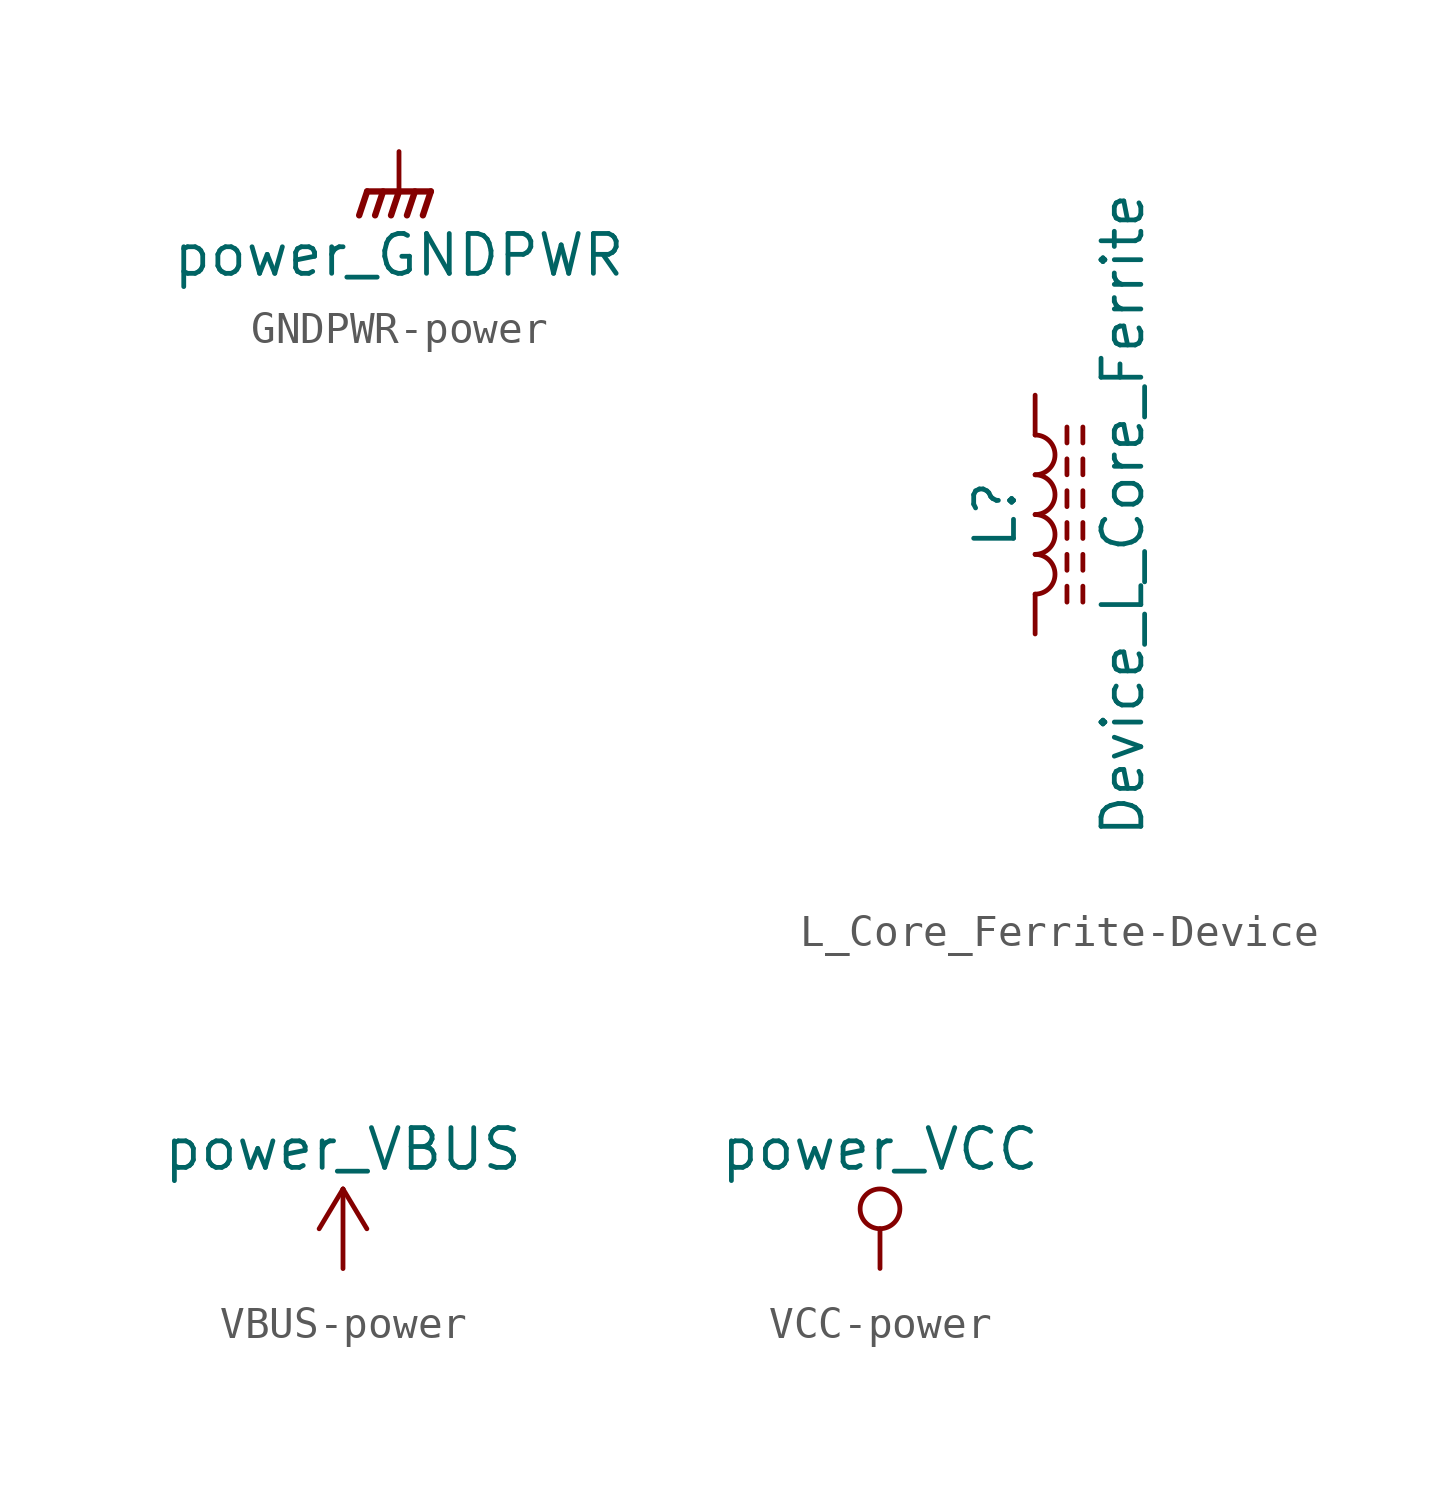
<source format=kicad_sym>
(kicad_symbol_lib
  (version 20240529)
  (generator "kicad_symbol_editor")
  (generator_version "8.99")
  (symbol "GNDPWR-power"
    (power)
    (pin_names
      (offset 0))
    (property "Reference" "#PWR"
      (at 0 -5.08 0)
      (effects (font (size 1.27 1.27)) (hide yes)))
    (property "Value" "power_GNDPWR"
      (at 0 -3.302 0)
      (effects (font (size 1.27 1.27))))
    (symbol "GNDPWR-power_0_1"
      (polyline (pts (xy -1.016 -1.27) (xy -1.27 -2.032) (xy -1.27 -2.032)) (stroke (width 0.203) (type solid)) (fill (type none)))
      (polyline (pts (xy -0.508 -1.27) (xy -0.762 -2.032) (xy -0.762 -2.032)) (stroke (width 0.203) (type solid)) (fill (type none)))
      (polyline (pts (xy 0 -1.27) (xy 0 0)) (stroke (width 0) (type solid)) (fill (type none)))
      (polyline (pts (xy 0 -1.27) (xy -0.254 -2.032) (xy -0.254 -2.032)) (stroke (width 0.203) (type solid)) (fill (type none)))
      (polyline (pts (xy 0.508 -1.27) (xy 0.254 -2.032) (xy 0.254 -2.032)) (stroke (width 0.203) (type solid)) (fill (type none)))
      (polyline (pts (xy 1.016 -1.27) (xy 0.762 -2.032) (xy 0.762 -2.032) (xy 0.762 -2.032)) (stroke (width 0.203) (type solid)) (fill (type none)))
      (polyline (pts (xy 1.016 -1.27) (xy -1.016 -1.27) (xy -1.016 -1.27)) (stroke (width 0.203) (type solid)) (fill (type none))))
    (symbol "GNDPWR-power_1_1"
      (pin power_in line (at 0 0 270) (length 0) hide (name "GNDPWR" (effects (font (size 1.27 1.27)))) (number "1" (effects (font (size 1.27 1.27)))))))
  (symbol "L_Core_Ferrite-Device"
    (pin_numbers hide)
    (pin_names
      (offset 1.016) hide)
    (property "Reference" "L"
      (at -1.27 0 90)
      (effects (font (size 1.27 1.27))))
    (property "Value" "Device_L_Core_Ferrite"
      (at 2.794 0 90)
      (effects (font (size 1.27 1.27))))
    (symbol "L_Core_Ferrite-Device_0_1"
      (arc (start 0 2.54) (mid 0.635 1.905) (end 0 1.27) (stroke (width 0) (type solid)) (fill (type none)))
      (arc (start 0 1.27) (mid 0.635 0.635) (end 0 0) (stroke (width 0) (type solid)) (fill (type none)))
      (arc (start 0 0) (mid 0.635 -0.635) (end 0 -1.27) (stroke (width 0) (type solid)) (fill (type none)))
      (arc (start 0 -1.27) (mid 0.635 -1.905) (end 0 -2.54) (stroke (width 0) (type solid)) (fill (type none)))
      (polyline (pts (xy 1.016 2.286) (xy 1.016 2.794)) (stroke (width 0) (type solid)) (fill (type none)))
      (polyline (pts (xy 1.016 1.27) (xy 1.016 1.778)) (stroke (width 0) (type solid)) (fill (type none)))
      (polyline (pts (xy 1.016 0.254) (xy 1.016 0.762)) (stroke (width 0) (type solid)) (fill (type none)))
      (polyline (pts (xy 1.016 -0.762) (xy 1.016 -0.254)) (stroke (width 0) (type solid)) (fill (type none)))
      (polyline (pts (xy 1.016 -1.778) (xy 1.016 -1.27)) (stroke (width 0) (type solid)) (fill (type none)))
      (polyline (pts (xy 1.016 -2.794) (xy 1.016 -2.286)) (stroke (width 0) (type solid)) (fill (type none)))
      (polyline (pts (xy 1.524 2.794) (xy 1.524 2.286)) (stroke (width 0) (type solid)) (fill (type none)))
      (polyline (pts (xy 1.524 1.778) (xy 1.524 1.27)) (stroke (width 0) (type solid)) (fill (type none)))
      (polyline (pts (xy 1.524 0.762) (xy 1.524 0.254)) (stroke (width 0) (type solid)) (fill (type none)))
      (polyline (pts (xy 1.524 -0.254) (xy 1.524 -0.762)) (stroke (width 0) (type solid)) (fill (type none)))
      (polyline (pts (xy 1.524 -1.27) (xy 1.524 -1.778)) (stroke (width 0) (type solid)) (fill (type none)))
      (polyline (pts (xy 1.524 -2.286) (xy 1.524 -2.794)) (stroke (width 0) (type solid)) (fill (type none))))
    (symbol "L_Core_Ferrite-Device_1_1"
      (pin passive line (at 0 3.81 270) (length 1.27) (name "1" (effects (font (size 1.27 1.27)))) (number "1" (effects (font (size 1.27 1.27)))))
      (pin passive line (at 0 -3.81 90) (length 1.27) (name "2" (effects (font (size 1.27 1.27)))) (number "2" (effects (font (size 1.27 1.27)))))))
  (symbol "VBUS-power"
    (power)
    (pin_names
      (offset 0))
    (property "Reference" "#PWR"
      (at 0 -3.81 0)
      (effects (font (size 1.27 1.27)) (hide yes)))
    (property "Value" "power_VBUS"
      (at 0 3.81 0)
      (effects (font (size 1.27 1.27))))
    (symbol "VBUS-power_0_1"
      (polyline (pts (xy -0.762 1.27) (xy 0 2.54)) (stroke (width 0) (type solid)) (fill (type none)))
      (polyline (pts (xy 0 2.54) (xy 0.762 1.27)) (stroke (width 0) (type solid)) (fill (type none)))
      (polyline (pts (xy 0 0) (xy 0 2.54)) (stroke (width 0) (type solid)) (fill (type none))))
    (symbol "VBUS-power_1_1"
      (pin power_in line (at 0 0 90) (length 0) hide (name "VBUS" (effects (font (size 1.27 1.27)))) (number "1" (effects (font (size 1.27 1.27)))))))
  (symbol "VCC-power"
    (power)
    (pin_names
      (offset 0))
    (property "Reference" "#PWR"
      (at 0 -3.81 0)
      (effects (font (size 1.27 1.27)) (hide yes)))
    (property "Value" "power_VCC"
      (at 0 3.81 0)
      (effects (font (size 1.27 1.27))))
    (symbol "VCC-power_0_1"
      (circle (center 0 1.905) (radius 0.635) (stroke (width 0) (type solid)) (fill (type none)))
      (polyline (pts (xy 0 0) (xy 0 1.27)) (stroke (width 0) (type solid)) (fill (type none))))
    (symbol "VCC-power_1_1"
      (pin power_in line (at 0 0 90) (length 0) hide (name "VCC" (effects (font (size 1.27 1.27)))) (number "1" (effects (font (size 1.27 1.27))))))))
</source>
